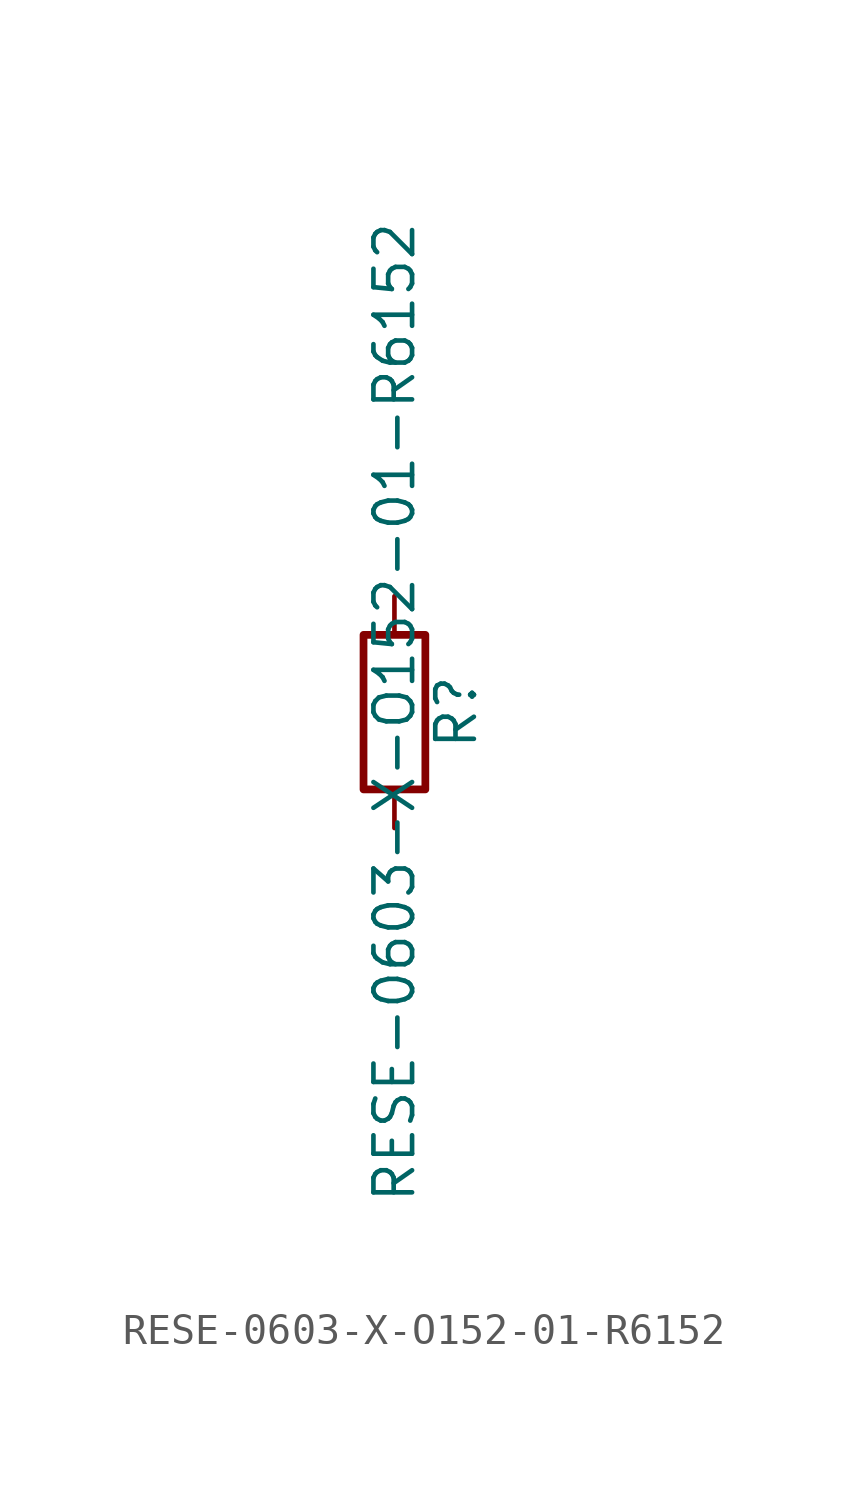
<source format=kicad_sym>
(kicad_symbol_lib
  (version 20211014)
  (generator kicad_symbol_editor)
  (symbol "RESE-0603-X-O152-01-R6152"
    (pin_numbers hide)
    (pin_names
      (offset 0))
    (property "Reference" "R"
      (at 2.032 0 90)
      (effects (font (size 1.27 1.27))))
    (property "Value" "RESE-0603-X-O152-01-R6152"
      (at 0 0 90)
      (effects (font (size 1.27 1.27))))
    (symbol "RESE-0603-X-O152-01-R6152_0_1"
      (rectangle (start -1.016 -2.54) (end 1.016 2.54) (stroke (width 0.254) (type default) (color 0 0 0 0)) (fill (type none))))
    (symbol "RESE-0603-X-O152-01-R6152_1_1"
      (pin passive line (at 0 3.81 270) (length 1.27) (name "~" (effects (font (size 1.27 1.27)))) (number "1" (effects (font (size 1.27 1.27)))))
      (pin passive line (at 0 -3.81 90) (length 1.27) (name "~" (effects (font (size 1.27 1.27)))) (number "2" (effects (font (size 1.27 1.27))))))))
</source>
